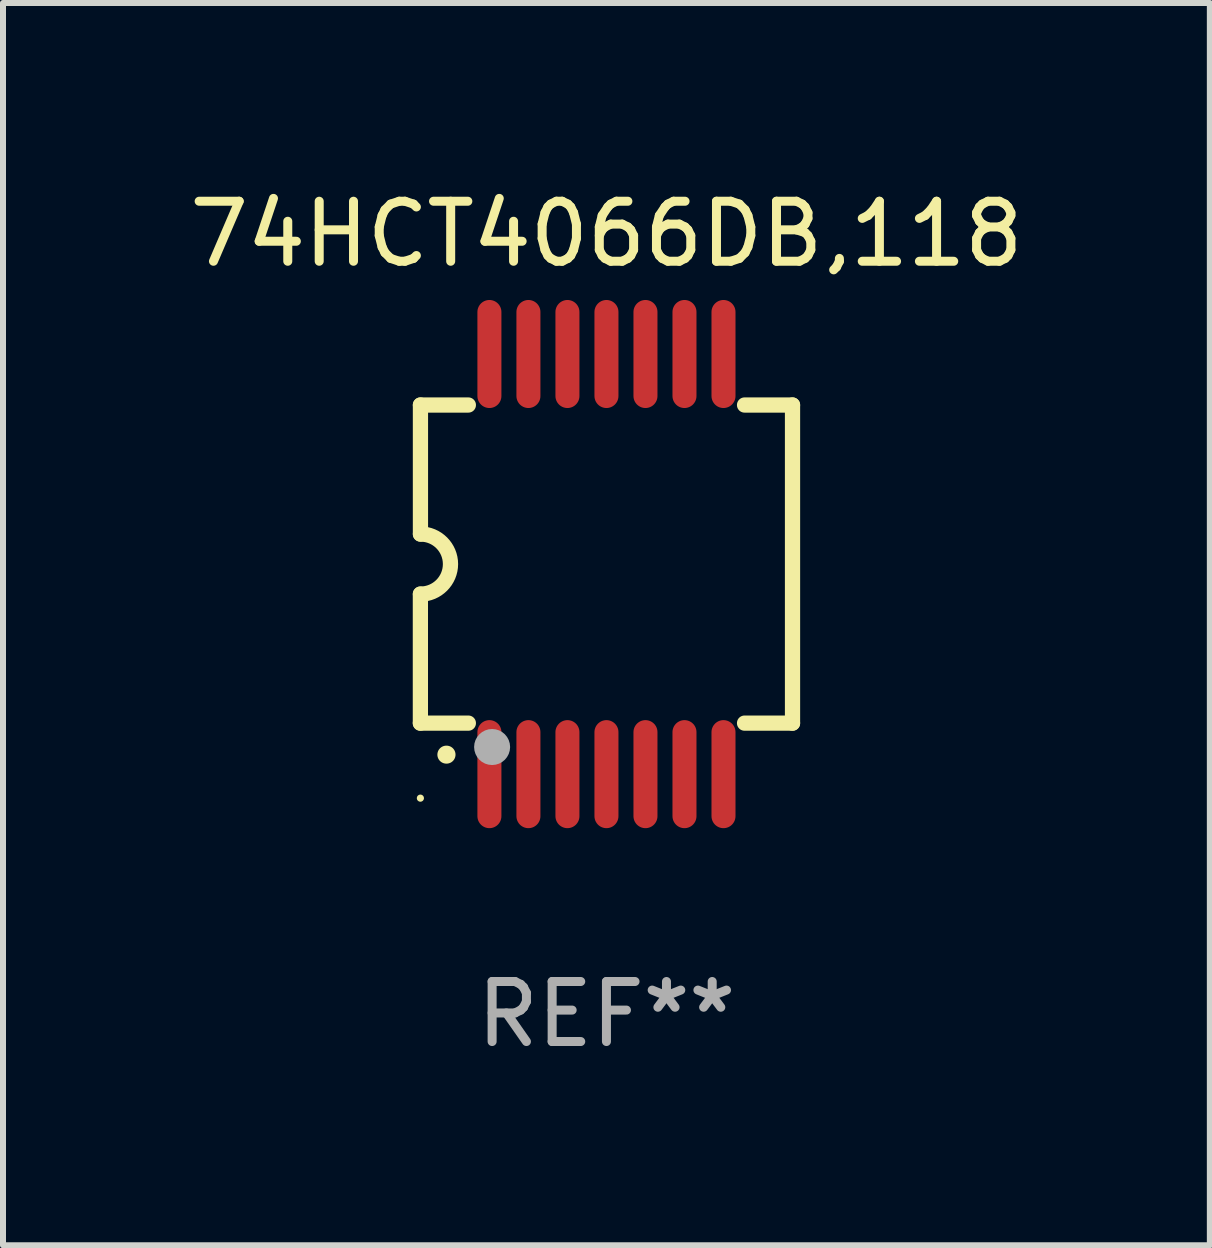
<source format=kicad_pcb>
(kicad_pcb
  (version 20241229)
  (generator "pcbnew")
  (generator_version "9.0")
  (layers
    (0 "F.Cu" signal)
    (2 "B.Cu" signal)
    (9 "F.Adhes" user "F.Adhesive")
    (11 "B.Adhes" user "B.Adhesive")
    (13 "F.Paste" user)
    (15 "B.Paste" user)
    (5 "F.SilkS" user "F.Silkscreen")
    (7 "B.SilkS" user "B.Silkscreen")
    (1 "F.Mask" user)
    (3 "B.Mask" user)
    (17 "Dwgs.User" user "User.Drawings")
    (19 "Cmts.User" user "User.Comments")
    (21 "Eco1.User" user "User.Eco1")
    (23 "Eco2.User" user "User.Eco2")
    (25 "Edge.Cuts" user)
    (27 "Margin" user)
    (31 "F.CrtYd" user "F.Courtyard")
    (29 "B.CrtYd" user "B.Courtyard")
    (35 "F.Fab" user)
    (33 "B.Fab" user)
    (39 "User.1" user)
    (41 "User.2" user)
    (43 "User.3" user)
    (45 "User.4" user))
  (footprint "74HCT4066DB,118"
    (layer "F.Cu")
    (at 7.054 6.348)
    (property "Reference" "74HCT4066DB,118" (at 0 -5.5 0) (layer "F.SilkS") (effects (font (size 1 1) (thickness 0.15))))
    (attr through_hole)
    (fp_line (start -3.1 2.65) (end -3.1 0.5) (stroke (width 0.254) (type solid)) (layer "F.SilkS"))
    (fp_line (start -3.099 -2.65) (end -2.301 -2.65) (stroke (width 0.254) (type solid)) (layer "F.SilkS"))
    (fp_line (start -3.099 -0.5) (end -3.099 -2.65) (stroke (width 0.254) (type solid)) (layer "F.SilkS"))
    (fp_line (start -2.301 2.65) (end -3.1 2.65) (stroke (width 0.254) (type solid)) (layer "F.SilkS"))
    (fp_line (start 2.301 -2.65) (end 3.1 -2.65) (stroke (width 0.254) (type solid)) (layer "F.SilkS"))
    (fp_line (start 3.1 -2.65) (end 3.1 2.65) (stroke (width 0.254) (type solid)) (layer "F.SilkS"))
    (fp_line (start 3.1 2.65) (end 2.301 2.65) (stroke (width 0.254) (type solid)) (layer "F.SilkS"))
    (fp_arc (start -3.098806 -0.500381) (mid -2.598806 0) (end -3.098806 0.500381) (stroke (width 0.254001) (type solid)) (layer "F.SilkS"))
    (fp_arc (start -2.667005 3.175006) (mid -2.665735 3.175001) (end -2.664465 3.175006) (stroke (width 0.3) (type solid)) (layer "F.SilkS"))
    (fp_circle (center -3.1 3.9) (end -3.07 3.9) (stroke (width 0.06) (type solid)) (fill no) (layer "F.SilkS"))
    (fp_circle (center -1.905 3.048) (end -1.755 3.048) (stroke (width 0.3) (type solid)) (fill no) (layer "F.Fab"))
    (fp_text user "REF**" (at 0 7.5 0) (layer "F.Fab") (effects (font (size 1 1) (thickness 0.15))))
    (pad "1" smd oval (at -1.95 3.5 270) (size 1.8 0.4) (layers "F.Cu" "F.Mask" "F.Paste"))
    (pad "2" smd oval (at -1.3 3.5 270) (size 1.8 0.4) (layers "F.Cu" "F.Mask" "F.Paste"))
    (pad "3" smd oval (at -0.65 3.5 270) (size 1.8 0.4) (layers "F.Cu" "F.Mask" "F.Paste"))
    (pad "4" smd oval (at 0 3.5 270) (size 1.8 0.4) (layers "F.Cu" "F.Mask" "F.Paste"))
    (pad "5" smd oval (at 0.65 3.5 270) (size 1.8 0.4) (layers "F.Cu" "F.Mask" "F.Paste"))
    (pad "6" smd oval (at 1.3 3.5 270) (size 1.8 0.4) (layers "F.Cu" "F.Mask" "F.Paste"))
    (pad "7" smd oval (at 1.95 3.5 270) (size 1.8 0.4) (layers "F.Cu" "F.Mask" "F.Paste"))
    (pad "8" smd oval (at 1.95 -3.5 90) (size 1.8 0.4) (layers "F.Cu" "F.Mask" "F.Paste"))
    (pad "9" smd oval (at 1.3 -3.5 90) (size 1.8 0.4) (layers "F.Cu" "F.Mask" "F.Paste"))
    (pad "10" smd oval (at 0.65 -3.5 90) (size 1.8 0.4) (layers "F.Cu" "F.Mask" "F.Paste"))
    (pad "11" smd oval (at 0 -3.5 90) (size 1.8 0.4) (layers "F.Cu" "F.Mask" "F.Paste"))
    (pad "12" smd oval (at -0.65 -3.5 90) (size 1.8 0.4) (layers "F.Cu" "F.Mask" "F.Paste"))
    (pad "13" smd oval (at -1.3 -3.5 90) (size 1.8 0.4) (layers "F.Cu" "F.Mask" "F.Paste"))
    (pad "14" smd oval (at -1.95 -3.5 90) (size 1.8 0.4) (layers "F.Cu" "F.Mask" "F.Paste")))
  (gr_rect
    (start -3 -3)
    (end 17.107 17.697)
    (stroke (width 0.1) (type default))
    (fill no)
    (layer "Edge.Cuts")))
</source>
